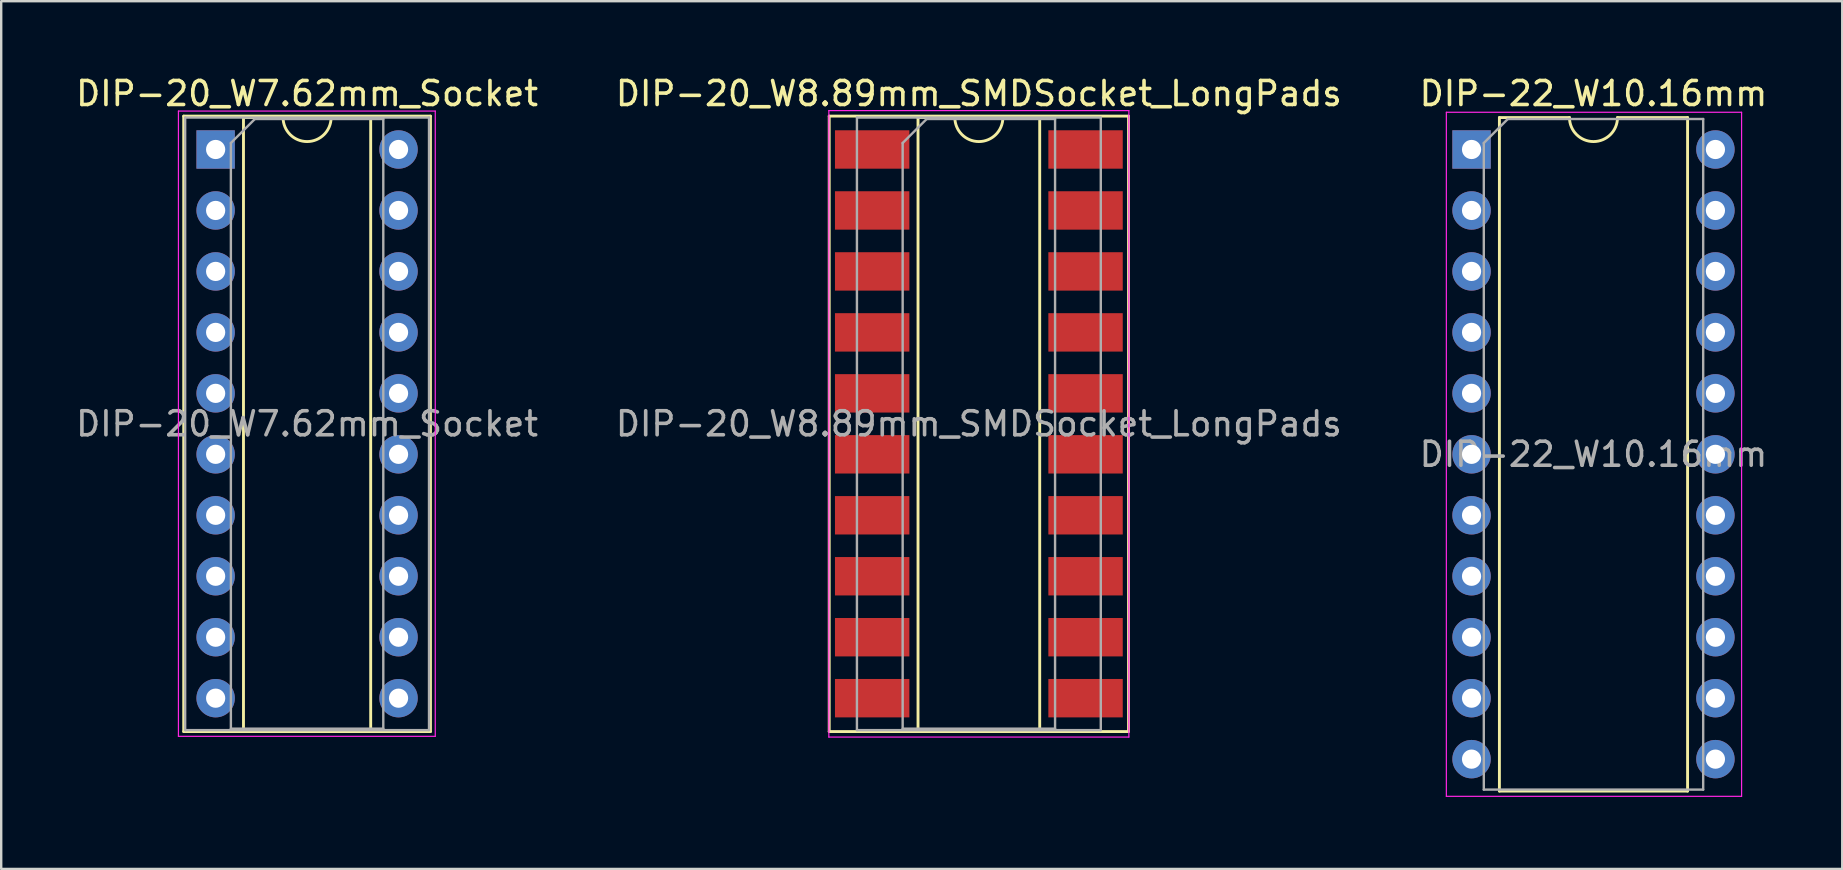
<source format=kicad_pcb>
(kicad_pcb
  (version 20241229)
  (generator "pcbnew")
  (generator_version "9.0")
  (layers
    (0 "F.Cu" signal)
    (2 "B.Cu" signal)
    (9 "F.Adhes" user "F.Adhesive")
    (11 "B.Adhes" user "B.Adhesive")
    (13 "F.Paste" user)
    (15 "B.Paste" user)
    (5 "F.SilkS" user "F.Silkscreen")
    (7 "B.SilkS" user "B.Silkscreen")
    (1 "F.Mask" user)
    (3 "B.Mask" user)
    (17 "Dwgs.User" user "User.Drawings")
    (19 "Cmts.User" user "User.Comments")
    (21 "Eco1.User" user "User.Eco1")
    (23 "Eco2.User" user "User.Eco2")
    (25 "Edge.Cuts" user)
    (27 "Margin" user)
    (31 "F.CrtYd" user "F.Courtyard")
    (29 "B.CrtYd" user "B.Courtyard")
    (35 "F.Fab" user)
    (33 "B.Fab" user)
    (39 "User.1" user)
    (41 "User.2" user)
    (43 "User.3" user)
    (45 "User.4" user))
  (footprint "DIP-20_W8.89mm_SMDSocket_LongPads"
    (layer "F.Cu")
    (at 37.732 14.608)
    (property "Reference" "DIP-20_W8.89mm_SMDSocket_LongPads" (at 0 -13.76 0) (layer "F.SilkS") (effects (font (size 1 1) (thickness 0.15))))
    (attr smd)
    (fp_line (start -6.235 -12.82) (end -6.235 12.82) (stroke (width 0.12) (type solid)) (layer "F.SilkS"))
    (fp_line (start -6.235 12.82) (end 6.235 12.82) (stroke (width 0.12) (type solid)) (layer "F.SilkS"))
    (fp_line (start -2.535 -12.76) (end -2.535 12.76) (stroke (width 0.12) (type solid)) (layer "F.SilkS"))
    (fp_line (start -2.535 12.76) (end 2.535 12.76) (stroke (width 0.12) (type solid)) (layer "F.SilkS"))
    (fp_line (start -1 -12.76) (end -2.535 -12.76) (stroke (width 0.12) (type solid)) (layer "F.SilkS"))
    (fp_line (start 2.535 -12.76) (end 1 -12.76) (stroke (width 0.12) (type solid)) (layer "F.SilkS"))
    (fp_line (start 2.535 12.76) (end 2.535 -12.76) (stroke (width 0.12) (type solid)) (layer "F.SilkS"))
    (fp_line (start 6.235 -12.82) (end -6.235 -12.82) (stroke (width 0.12) (type solid)) (layer "F.SilkS"))
    (fp_line (start 6.235 12.82) (end 6.235 -12.82) (stroke (width 0.12) (type solid)) (layer "F.SilkS"))
    (fp_arc (start 1 -12.76) (mid 0 -11.76) (end -1 -12.76) (stroke (width 0.12) (type solid)) (layer "F.SilkS"))
    (fp_line (start -6.25 -13.05) (end -6.25 13.05) (stroke (width 0.05) (type solid)) (layer "F.CrtYd"))
    (fp_line (start -6.25 13.05) (end 6.25 13.05) (stroke (width 0.05) (type solid)) (layer "F.CrtYd"))
    (fp_line (start 6.25 -13.05) (end -6.25 -13.05) (stroke (width 0.05) (type solid)) (layer "F.CrtYd"))
    (fp_line (start 6.25 13.05) (end 6.25 -13.05) (stroke (width 0.05) (type solid)) (layer "F.CrtYd"))
    (fp_line (start -5.08 -12.76) (end -5.08 12.76) (stroke (width 0.1) (type solid)) (layer "F.Fab"))
    (fp_line (start -5.08 12.76) (end 5.08 12.76) (stroke (width 0.1) (type solid)) (layer "F.Fab"))
    (fp_line (start -3.175 -11.7) (end -2.175 -12.7) (stroke (width 0.1) (type solid)) (layer "F.Fab"))
    (fp_line (start -3.175 12.7) (end -3.175 -11.7) (stroke (width 0.1) (type solid)) (layer "F.Fab"))
    (fp_line (start -2.175 -12.7) (end 3.175 -12.7) (stroke (width 0.1) (type solid)) (layer "F.Fab"))
    (fp_line (start 3.175 -12.7) (end 3.175 12.7) (stroke (width 0.1) (type solid)) (layer "F.Fab"))
    (fp_line (start 3.175 12.7) (end -3.175 12.7) (stroke (width 0.1) (type solid)) (layer "F.Fab"))
    (fp_line (start 5.08 -12.76) (end -5.08 -12.76) (stroke (width 0.1) (type solid)) (layer "F.Fab"))
    (fp_line (start 5.08 12.76) (end 5.08 -12.76) (stroke (width 0.1) (type solid)) (layer "F.Fab"))
    (fp_text user "${REFERENCE}" (at 0 0 0) (layer "F.Fab") (effects (font (size 1 1) (thickness 0.15))))
    (pad "1" smd rect (at -4.445 -11.43) (size 3.1 1.6) (layers "F.Cu" "F.Mask" "F.Paste"))
    (pad "2" smd rect (at -4.445 -8.89) (size 3.1 1.6) (layers "F.Cu" "F.Mask" "F.Paste"))
    (pad "3" smd rect (at -4.445 -6.35) (size 3.1 1.6) (layers "F.Cu" "F.Mask" "F.Paste"))
    (pad "4" smd rect (at -4.445 -3.81) (size 3.1 1.6) (layers "F.Cu" "F.Mask" "F.Paste"))
    (pad "5" smd rect (at -4.445 -1.27) (size 3.1 1.6) (layers "F.Cu" "F.Mask" "F.Paste"))
    (pad "6" smd rect (at -4.445 1.27) (size 3.1 1.6) (layers "F.Cu" "F.Mask" "F.Paste"))
    (pad "7" smd rect (at -4.445 3.81) (size 3.1 1.6) (layers "F.Cu" "F.Mask" "F.Paste"))
    (pad "8" smd rect (at -4.445 6.35) (size 3.1 1.6) (layers "F.Cu" "F.Mask" "F.Paste"))
    (pad "9" smd rect (at -4.445 8.89) (size 3.1 1.6) (layers "F.Cu" "F.Mask" "F.Paste"))
    (pad "10" smd rect (at -4.445 11.43) (size 3.1 1.6) (layers "F.Cu" "F.Mask" "F.Paste"))
    (pad "11" smd rect (at 4.445 11.43) (size 3.1 1.6) (layers "F.Cu" "F.Mask" "F.Paste"))
    (pad "12" smd rect (at 4.445 8.89) (size 3.1 1.6) (layers "F.Cu" "F.Mask" "F.Paste"))
    (pad "13" smd rect (at 4.445 6.35) (size 3.1 1.6) (layers "F.Cu" "F.Mask" "F.Paste"))
    (pad "14" smd rect (at 4.445 3.81) (size 3.1 1.6) (layers "F.Cu" "F.Mask" "F.Paste"))
    (pad "15" smd rect (at 4.445 1.27) (size 3.1 1.6) (layers "F.Cu" "F.Mask" "F.Paste"))
    (pad "16" smd rect (at 4.445 -1.27) (size 3.1 1.6) (layers "F.Cu" "F.Mask" "F.Paste"))
    (pad "17" smd rect (at 4.445 -3.81) (size 3.1 1.6) (layers "F.Cu" "F.Mask" "F.Paste"))
    (pad "18" smd rect (at 4.445 -6.35) (size 3.1 1.6) (layers "F.Cu" "F.Mask" "F.Paste"))
    (pad "19" smd rect (at 4.445 -8.89) (size 3.1 1.6) (layers "F.Cu" "F.Mask" "F.Paste"))
    (pad "20" smd rect (at 4.445 -11.43) (size 3.1 1.6) (layers "F.Cu" "F.Mask" "F.Paste")))
  (footprint "DIP-20_W7.62mm_Socket"
    (layer "F.Cu")
    (at 5.934 3.178)
    (property "Reference" "DIP-20_W7.62mm_Socket" (at 3.81 -2.33 0) (layer "F.SilkS") (effects (font (size 1 1) (thickness 0.15))))
    (attr through_hole)
    (fp_line (start -1.33 -1.39) (end -1.33 24.25) (stroke (width 0.12) (type solid)) (layer "F.SilkS"))
    (fp_line (start -1.33 24.25) (end 8.95 24.25) (stroke (width 0.12) (type solid)) (layer "F.SilkS"))
    (fp_line (start 1.16 -1.33) (end 1.16 24.19) (stroke (width 0.12) (type solid)) (layer "F.SilkS"))
    (fp_line (start 1.16 24.19) (end 6.46 24.19) (stroke (width 0.12) (type solid)) (layer "F.SilkS"))
    (fp_line (start 2.81 -1.33) (end 1.16 -1.33) (stroke (width 0.12) (type solid)) (layer "F.SilkS"))
    (fp_line (start 6.46 -1.33) (end 4.81 -1.33) (stroke (width 0.12) (type solid)) (layer "F.SilkS"))
    (fp_line (start 6.46 24.19) (end 6.46 -1.33) (stroke (width 0.12) (type solid)) (layer "F.SilkS"))
    (fp_line (start 8.95 -1.39) (end -1.33 -1.39) (stroke (width 0.12) (type solid)) (layer "F.SilkS"))
    (fp_line (start 8.95 24.25) (end 8.95 -1.39) (stroke (width 0.12) (type solid)) (layer "F.SilkS"))
    (fp_arc (start 4.81 -1.33) (mid 3.81 -0.33) (end 2.81 -1.33) (stroke (width 0.12) (type solid)) (layer "F.SilkS"))
    (fp_line (start -1.55 -1.6) (end -1.55 24.45) (stroke (width 0.05) (type solid)) (layer "F.CrtYd"))
    (fp_line (start -1.55 24.45) (end 9.15 24.45) (stroke (width 0.05) (type solid)) (layer "F.CrtYd"))
    (fp_line (start 9.15 -1.6) (end -1.55 -1.6) (stroke (width 0.05) (type solid)) (layer "F.CrtYd"))
    (fp_line (start 9.15 24.45) (end 9.15 -1.6) (stroke (width 0.05) (type solid)) (layer "F.CrtYd"))
    (fp_line (start -1.27 -1.33) (end -1.27 24.19) (stroke (width 0.1) (type solid)) (layer "F.Fab"))
    (fp_line (start -1.27 24.19) (end 8.89 24.19) (stroke (width 0.1) (type solid)) (layer "F.Fab"))
    (fp_line (start 0.635 -0.27) (end 1.635 -1.27) (stroke (width 0.1) (type solid)) (layer "F.Fab"))
    (fp_line (start 0.635 24.13) (end 0.635 -0.27) (stroke (width 0.1) (type solid)) (layer "F.Fab"))
    (fp_line (start 1.635 -1.27) (end 6.985 -1.27) (stroke (width 0.1) (type solid)) (layer "F.Fab"))
    (fp_line (start 6.985 -1.27) (end 6.985 24.13) (stroke (width 0.1) (type solid)) (layer "F.Fab"))
    (fp_line (start 6.985 24.13) (end 0.635 24.13) (stroke (width 0.1) (type solid)) (layer "F.Fab"))
    (fp_line (start 8.89 -1.33) (end -1.27 -1.33) (stroke (width 0.1) (type solid)) (layer "F.Fab"))
    (fp_line (start 8.89 24.19) (end 8.89 -1.33) (stroke (width 0.1) (type solid)) (layer "F.Fab"))
    (fp_text user "${REFERENCE}" (at 3.81 11.43 0) (layer "F.Fab") (effects (font (size 1 1) (thickness 0.15))))
    (pad "1" thru_hole rect (at 0 0) (size 1.6 1.6) (drill 0.8) (layers "*.Cu" "*.Mask"))
    (pad "2" thru_hole oval (at 0 2.54) (size 1.6 1.6) (drill 0.8) (layers "*.Cu" "*.Mask"))
    (pad "3" thru_hole oval (at 0 5.08) (size 1.6 1.6) (drill 0.8) (layers "*.Cu" "*.Mask"))
    (pad "4" thru_hole oval (at 0 7.62) (size 1.6 1.6) (drill 0.8) (layers "*.Cu" "*.Mask"))
    (pad "5" thru_hole oval (at 0 10.16) (size 1.6 1.6) (drill 0.8) (layers "*.Cu" "*.Mask"))
    (pad "6" thru_hole oval (at 0 12.7) (size 1.6 1.6) (drill 0.8) (layers "*.Cu" "*.Mask"))
    (pad "7" thru_hole oval (at 0 15.24) (size 1.6 1.6) (drill 0.8) (layers "*.Cu" "*.Mask"))
    (pad "8" thru_hole oval (at 0 17.78) (size 1.6 1.6) (drill 0.8) (layers "*.Cu" "*.Mask"))
    (pad "9" thru_hole oval (at 0 20.32) (size 1.6 1.6) (drill 0.8) (layers "*.Cu" "*.Mask"))
    (pad "10" thru_hole oval (at 0 22.86) (size 1.6 1.6) (drill 0.8) (layers "*.Cu" "*.Mask"))
    (pad "11" thru_hole oval (at 7.62 22.86) (size 1.6 1.6) (drill 0.8) (layers "*.Cu" "*.Mask"))
    (pad "12" thru_hole oval (at 7.62 20.32) (size 1.6 1.6) (drill 0.8) (layers "*.Cu" "*.Mask"))
    (pad "13" thru_hole oval (at 7.62 17.78) (size 1.6 1.6) (drill 0.8) (layers "*.Cu" "*.Mask"))
    (pad "14" thru_hole oval (at 7.62 15.24) (size 1.6 1.6) (drill 0.8) (layers "*.Cu" "*.Mask"))
    (pad "15" thru_hole oval (at 7.62 12.7) (size 1.6 1.6) (drill 0.8) (layers "*.Cu" "*.Mask"))
    (pad "16" thru_hole oval (at 7.62 10.16) (size 1.6 1.6) (drill 0.8) (layers "*.Cu" "*.Mask"))
    (pad "17" thru_hole oval (at 7.62 7.62) (size 1.6 1.6) (drill 0.8) (layers "*.Cu" "*.Mask"))
    (pad "18" thru_hole oval (at 7.62 5.08) (size 1.6 1.6) (drill 0.8) (layers "*.Cu" "*.Mask"))
    (pad "19" thru_hole oval (at 7.62 2.54) (size 1.6 1.6) (drill 0.8) (layers "*.Cu" "*.Mask"))
    (pad "20" thru_hole oval (at 7.62 0) (size 1.6 1.6) (drill 0.8) (layers "*.Cu" "*.Mask")))
  (footprint "DIP-22_W10.16mm"
    (layer "F.Cu")
    (at 58.259 3.178)
    (property "Reference" "DIP-22_W10.16mm" (at 5.08 -2.33 0) (layer "F.SilkS") (effects (font (size 1 1) (thickness 0.15))))
    (attr through_hole)
    (fp_line (start 1.16 -1.33) (end 1.16 26.73) (stroke (width 0.12) (type solid)) (layer "F.SilkS"))
    (fp_line (start 1.16 26.73) (end 9 26.73) (stroke (width 0.12) (type solid)) (layer "F.SilkS"))
    (fp_line (start 4.08 -1.33) (end 1.16 -1.33) (stroke (width 0.12) (type solid)) (layer "F.SilkS"))
    (fp_line (start 9 -1.33) (end 6.08 -1.33) (stroke (width 0.12) (type solid)) (layer "F.SilkS"))
    (fp_line (start 9 26.73) (end 9 -1.33) (stroke (width 0.12) (type solid)) (layer "F.SilkS"))
    (fp_arc (start 6.08 -1.33) (mid 5.08 -0.33) (end 4.08 -1.33) (stroke (width 0.12) (type solid)) (layer "F.SilkS"))
    (fp_line (start -1.05 -1.55) (end -1.05 26.95) (stroke (width 0.05) (type solid)) (layer "F.CrtYd"))
    (fp_line (start -1.05 26.95) (end 11.25 26.95) (stroke (width 0.05) (type solid)) (layer "F.CrtYd"))
    (fp_line (start 11.25 -1.55) (end -1.05 -1.55) (stroke (width 0.05) (type solid)) (layer "F.CrtYd"))
    (fp_line (start 11.25 26.95) (end 11.25 -1.55) (stroke (width 0.05) (type solid)) (layer "F.CrtYd"))
    (fp_line (start 0.51 -0.27) (end 1.51 -1.27) (stroke (width 0.1) (type solid)) (layer "F.Fab"))
    (fp_line (start 0.51 26.67) (end 0.51 -0.27) (stroke (width 0.1) (type solid)) (layer "F.Fab"))
    (fp_line (start 1.51 -1.27) (end 9.65 -1.27) (stroke (width 0.1) (type solid)) (layer "F.Fab"))
    (fp_line (start 9.65 -1.27) (end 9.65 26.67) (stroke (width 0.1) (type solid)) (layer "F.Fab"))
    (fp_line (start 9.65 26.67) (end 0.51 26.67) (stroke (width 0.1) (type solid)) (layer "F.Fab"))
    (fp_text user "${REFERENCE}" (at 5.08 12.7 0) (layer "F.Fab") (effects (font (size 1 1) (thickness 0.15))))
    (pad "1" thru_hole rect (at 0 0) (size 1.6 1.6) (drill 0.8) (layers "*.Cu" "*.Mask"))
    (pad "2" thru_hole oval (at 0 2.54) (size 1.6 1.6) (drill 0.8) (layers "*.Cu" "*.Mask"))
    (pad "3" thru_hole oval (at 0 5.08) (size 1.6 1.6) (drill 0.8) (layers "*.Cu" "*.Mask"))
    (pad "4" thru_hole oval (at 0 7.62) (size 1.6 1.6) (drill 0.8) (layers "*.Cu" "*.Mask"))
    (pad "5" thru_hole oval (at 0 10.16) (size 1.6 1.6) (drill 0.8) (layers "*.Cu" "*.Mask"))
    (pad "6" thru_hole oval (at 0 12.7) (size 1.6 1.6) (drill 0.8) (layers "*.Cu" "*.Mask"))
    (pad "7" thru_hole oval (at 0 15.24) (size 1.6 1.6) (drill 0.8) (layers "*.Cu" "*.Mask"))
    (pad "8" thru_hole oval (at 0 17.78) (size 1.6 1.6) (drill 0.8) (layers "*.Cu" "*.Mask"))
    (pad "9" thru_hole oval (at 0 20.32) (size 1.6 1.6) (drill 0.8) (layers "*.Cu" "*.Mask"))
    (pad "10" thru_hole oval (at 0 22.86) (size 1.6 1.6) (drill 0.8) (layers "*.Cu" "*.Mask"))
    (pad "11" thru_hole oval (at 0 25.4) (size 1.6 1.6) (drill 0.8) (layers "*.Cu" "*.Mask"))
    (pad "12" thru_hole oval (at 10.16 25.4) (size 1.6 1.6) (drill 0.8) (layers "*.Cu" "*.Mask"))
    (pad "13" thru_hole oval (at 10.16 22.86) (size 1.6 1.6) (drill 0.8) (layers "*.Cu" "*.Mask"))
    (pad "14" thru_hole oval (at 10.16 20.32) (size 1.6 1.6) (drill 0.8) (layers "*.Cu" "*.Mask"))
    (pad "15" thru_hole oval (at 10.16 17.78) (size 1.6 1.6) (drill 0.8) (layers "*.Cu" "*.Mask"))
    (pad "16" thru_hole oval (at 10.16 15.24) (size 1.6 1.6) (drill 0.8) (layers "*.Cu" "*.Mask"))
    (pad "17" thru_hole oval (at 10.16 12.7) (size 1.6 1.6) (drill 0.8) (layers "*.Cu" "*.Mask"))
    (pad "18" thru_hole oval (at 10.16 10.16) (size 1.6 1.6) (drill 0.8) (layers "*.Cu" "*.Mask"))
    (pad "19" thru_hole oval (at 10.16 7.62) (size 1.6 1.6) (drill 0.8) (layers "*.Cu" "*.Mask"))
    (pad "20" thru_hole oval (at 10.16 5.08) (size 1.6 1.6) (drill 0.8) (layers "*.Cu" "*.Mask"))
    (pad "21" thru_hole oval (at 10.16 2.54) (size 1.6 1.6) (drill 0.8) (layers "*.Cu" "*.Mask"))
    (pad "22" thru_hole oval (at 10.16 0) (size 1.6 1.6) (drill 0.8) (layers "*.Cu" "*.Mask")))
  (gr_rect
    (start -3 -3)
    (end 73.702 33.153)
    (stroke (width 0.1) (type default))
    (fill no)
    (layer "Edge.Cuts")))
</source>
